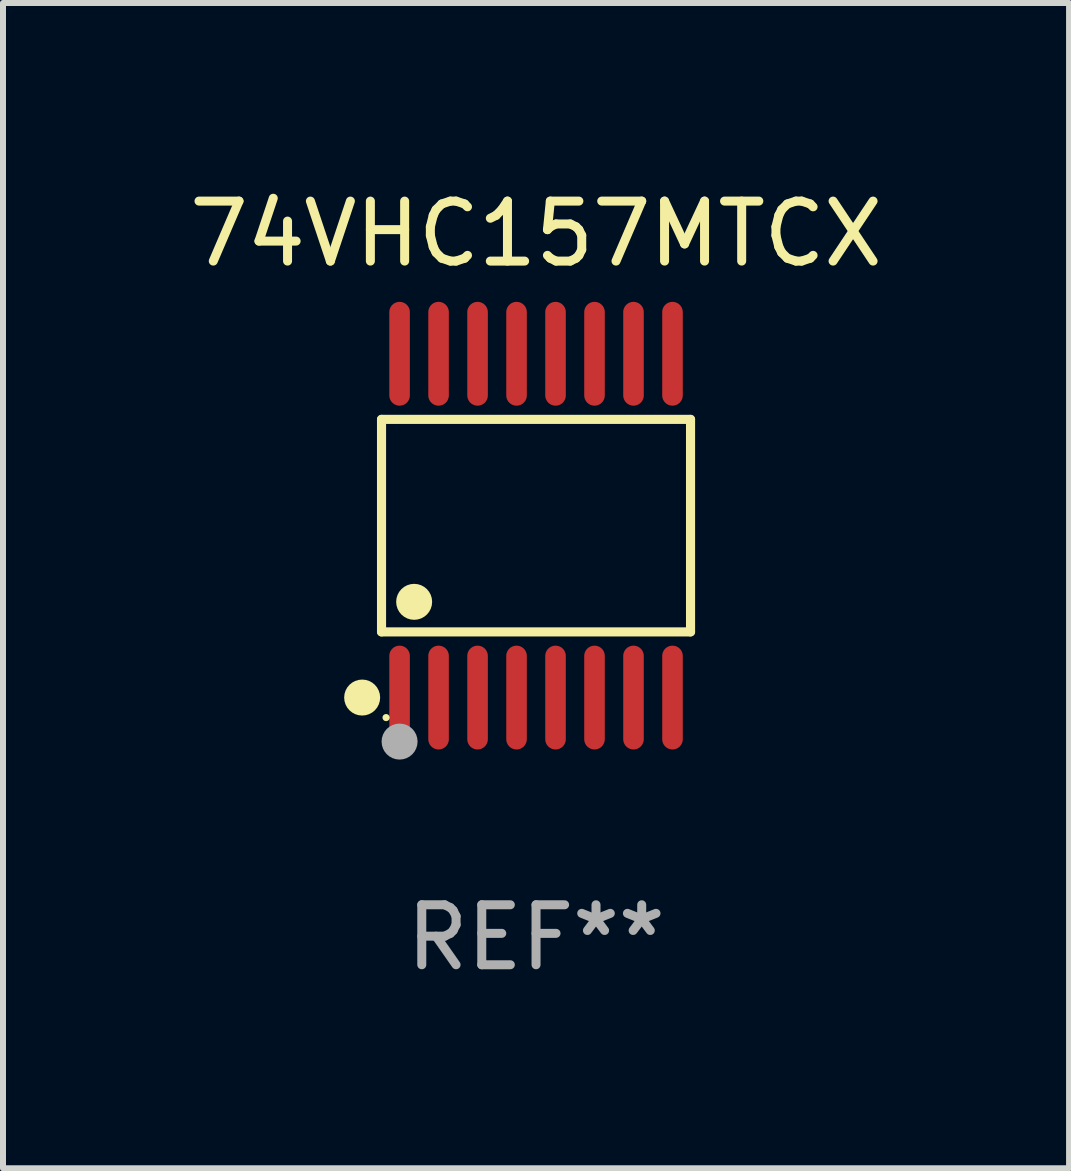
<source format=kicad_pcb>
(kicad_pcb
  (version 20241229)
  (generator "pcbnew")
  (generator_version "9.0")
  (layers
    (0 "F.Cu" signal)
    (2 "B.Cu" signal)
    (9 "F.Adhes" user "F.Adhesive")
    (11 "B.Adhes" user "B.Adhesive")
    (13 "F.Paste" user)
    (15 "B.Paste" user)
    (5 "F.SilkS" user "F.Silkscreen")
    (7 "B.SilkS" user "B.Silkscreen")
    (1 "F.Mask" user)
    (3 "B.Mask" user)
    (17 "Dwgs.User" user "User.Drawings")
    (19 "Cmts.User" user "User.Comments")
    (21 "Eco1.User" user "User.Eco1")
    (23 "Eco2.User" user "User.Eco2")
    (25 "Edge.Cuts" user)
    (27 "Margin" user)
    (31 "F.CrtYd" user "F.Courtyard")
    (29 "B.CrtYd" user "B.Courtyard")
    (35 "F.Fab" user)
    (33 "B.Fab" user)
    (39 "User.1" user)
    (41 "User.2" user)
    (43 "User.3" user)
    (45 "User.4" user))
  (footprint "74VHC157MTCX"
    (layer "F.Cu")
    (at 5.887 5.714)
    (property "Reference" "74VHC157MTCX" (at 0 -4.866 0) (layer "F.SilkS") (effects (font (size 1 1) (thickness 0.15))))
    (attr through_hole)
    (fp_line (start -2.576 -1.772) (end 2.576 -1.772) (stroke (width 0.152) (type solid)) (layer "F.SilkS"))
    (fp_line (start -2.576 1.771) (end -2.576 -1.772) (stroke (width 0.152) (type solid)) (layer "F.SilkS"))
    (fp_line (start 2.576 -1.772) (end 2.576 1.771) (stroke (width 0.152) (type solid)) (layer "F.SilkS"))
    (fp_line (start 2.576 1.771) (end -2.576 1.771) (stroke (width 0.152) (type solid)) (layer "F.SilkS"))
    (fp_circle (center -2.899 2.866) (end -2.749 2.866) (stroke (width 0.3) (type solid)) (fill no) (layer "F.SilkS"))
    (fp_circle (center -2.5 3.2) (end -2.47 3.2) (stroke (width 0.06) (type solid)) (fill no) (layer "F.SilkS"))
    (fp_circle (center -2.032 1.27) (end -1.882 1.27) (stroke (width 0.3) (type solid)) (fill no) (layer "F.SilkS"))
    (fp_circle (center -2.275 3.6) (end -2.125 3.6) (stroke (width 0.3) (type solid)) (fill no) (layer "F.Fab"))
    (fp_text user "REF**" (at 0 6.866 0) (layer "F.Fab") (effects (font (size 1 1) (thickness 0.15))))
    (pad "1" smd oval (at -2.275 2.866) (size 0.343 1.731) (layers "F.Cu" "F.Mask" "F.Paste"))
    (pad "2" smd oval (at -1.625 2.866) (size 0.343 1.731) (layers "F.Cu" "F.Mask" "F.Paste"))
    (pad "3" smd oval (at -0.975 2.866) (size 0.343 1.731) (layers "F.Cu" "F.Mask" "F.Paste"))
    (pad "4" smd oval (at -0.325 2.866) (size 0.343 1.731) (layers "F.Cu" "F.Mask" "F.Paste"))
    (pad "5" smd oval (at 0.325 2.866) (size 0.343 1.731) (layers "F.Cu" "F.Mask" "F.Paste"))
    (pad "6" smd oval (at 0.975 2.866) (size 0.343 1.731) (layers "F.Cu" "F.Mask" "F.Paste"))
    (pad "7" smd oval (at 1.625 2.866) (size 0.343 1.731) (layers "F.Cu" "F.Mask" "F.Paste"))
    (pad "8" smd oval (at 2.275 2.866) (size 0.343 1.731) (layers "F.Cu" "F.Mask" "F.Paste"))
    (pad "9" smd oval (at 2.275 -2.866) (size 0.343 1.731) (layers "F.Cu" "F.Mask" "F.Paste"))
    (pad "10" smd oval (at 1.625 -2.866) (size 0.343 1.731) (layers "F.Cu" "F.Mask" "F.Paste"))
    (pad "11" smd oval (at 0.975 -2.866) (size 0.343 1.731) (layers "F.Cu" "F.Mask" "F.Paste"))
    (pad "12" smd oval (at 0.325 -2.866) (size 0.343 1.731) (layers "F.Cu" "F.Mask" "F.Paste"))
    (pad "13" smd oval (at -0.325 -2.866) (size 0.343 1.731) (layers "F.Cu" "F.Mask" "F.Paste"))
    (pad "14" smd oval (at -0.975 -2.866) (size 0.343 1.731) (layers "F.Cu" "F.Mask" "F.Paste"))
    (pad "15" smd oval (at -1.625 -2.866) (size 0.343 1.731) (layers "F.Cu" "F.Mask" "F.Paste"))
    (pad "16" smd oval (at -2.275 -2.866) (size 0.343 1.731) (layers "F.Cu" "F.Mask" "F.Paste")))
  (gr_rect
    (start -3 -3)
    (end 14.774 16.428)
    (stroke (width 0.1) (type default))
    (fill no)
    (layer "Edge.Cuts")))
</source>
